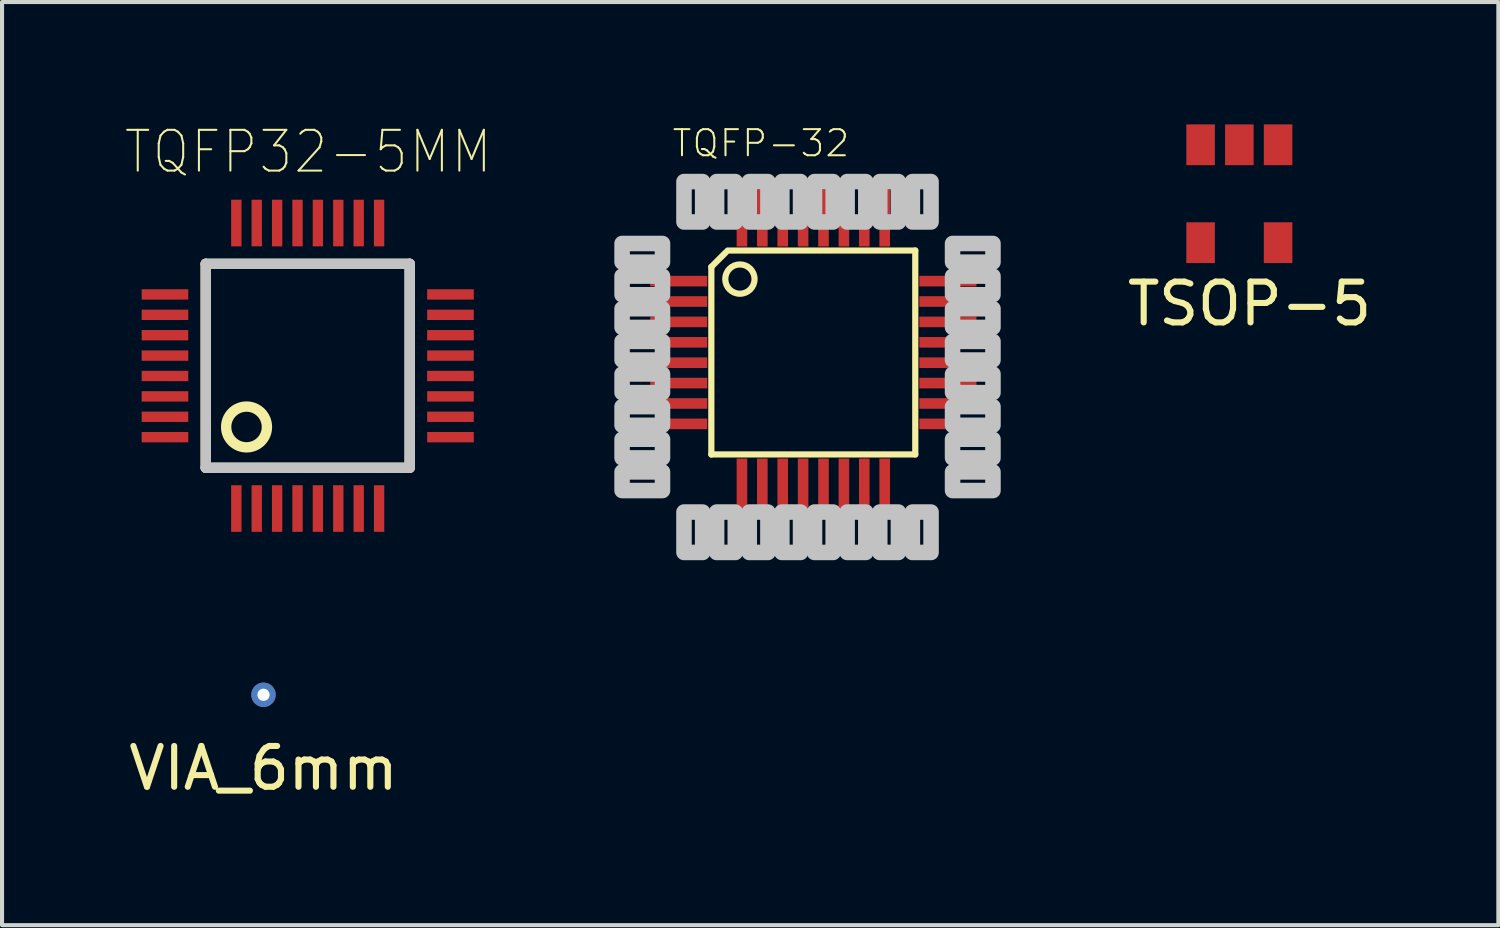
<source format=kicad_pcb>
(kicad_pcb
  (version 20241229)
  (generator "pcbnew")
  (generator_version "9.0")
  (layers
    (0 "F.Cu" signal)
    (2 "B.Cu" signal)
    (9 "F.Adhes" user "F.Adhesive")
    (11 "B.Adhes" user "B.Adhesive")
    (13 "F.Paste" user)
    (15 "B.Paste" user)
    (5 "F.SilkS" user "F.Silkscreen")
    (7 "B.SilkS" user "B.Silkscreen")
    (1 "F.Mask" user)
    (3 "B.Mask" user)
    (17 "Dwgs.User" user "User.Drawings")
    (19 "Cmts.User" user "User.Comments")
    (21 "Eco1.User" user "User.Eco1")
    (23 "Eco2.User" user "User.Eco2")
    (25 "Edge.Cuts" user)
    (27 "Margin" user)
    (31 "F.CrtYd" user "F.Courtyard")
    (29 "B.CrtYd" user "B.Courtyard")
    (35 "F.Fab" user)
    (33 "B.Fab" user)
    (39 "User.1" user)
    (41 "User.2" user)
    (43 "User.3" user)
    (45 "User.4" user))
  (footprint "TQFP32-5MM"
    (layer "F.Cu")
    (at 4.506 5.923)
    (property "Reference" "TQFP32-5MM" (at 0 -5.25 180) (layer "F.SilkS") (effects (font (size 1 0.9) (thickness 0.05))))
    (attr smd)
    (fp_line (start -2.511 -2.504) (end -2.511 2.496) (stroke (width 0.254) (type solid)) (layer "F.SilkS"))
    (fp_line (start -2.511 2.496) (end 2.489 2.496) (stroke (width 0.254) (type solid)) (layer "F.SilkS"))
    (fp_line (start 2.489 -2.504) (end -2.511 -2.504) (stroke (width 0.254) (type solid)) (layer "F.SilkS"))
    (fp_line (start 2.489 2.496) (end 2.489 -2.504) (stroke (width 0.254) (type solid)) (layer "F.SilkS"))
    (fp_circle (center -1.511 1.496) (end -1.511 0.996) (stroke (width 0.254) (type solid)) (fill no) (layer "F.SilkS"))
    (fp_line (start -2.511 -2.504) (end -2.511 2.496) (stroke (width 0.254) (type solid)) (layer "Dwgs.User"))
    (fp_line (start -2.511 2.496) (end 2.489 2.496) (stroke (width 0.254) (type solid)) (layer "Dwgs.User"))
    (fp_line (start 2.489 -2.504) (end -2.511 -2.504) (stroke (width 0.254) (type solid)) (layer "Dwgs.User"))
    (fp_line (start 2.489 2.496) (end 2.489 -2.504) (stroke (width 0.254) (type solid)) (layer "Dwgs.User"))
    (pad "1" smd rect (at -1.761 3.496 90) (size 1.143 0.254) (layers "F.Cu" "F.Mask" "F.Paste"))
    (pad "2" smd rect (at -1.261 3.496 90) (size 1.143 0.254) (layers "F.Cu" "F.Mask" "F.Paste"))
    (pad "3" smd rect (at -0.761 3.496 90) (size 1.143 0.254) (layers "F.Cu" "F.Mask" "F.Paste"))
    (pad "4" smd rect (at -0.261 3.496 90) (size 1.143 0.254) (layers "F.Cu" "F.Mask" "F.Paste"))
    (pad "5" smd rect (at 0.239 3.496 90) (size 1.143 0.254) (layers "F.Cu" "F.Mask" "F.Paste"))
    (pad "6" smd rect (at 0.739 3.496 90) (size 1.143 0.254) (layers "F.Cu" "F.Mask" "F.Paste"))
    (pad "7" smd rect (at 1.239 3.496 90) (size 1.143 0.254) (layers "F.Cu" "F.Mask" "F.Paste"))
    (pad "8" smd rect (at 1.739 3.496 90) (size 1.143 0.254) (layers "F.Cu" "F.Mask" "F.Paste"))
    (pad "9" smd rect (at 3.489 1.746 180) (size 1.143 0.254) (layers "F.Cu" "F.Mask" "F.Paste"))
    (pad "10" smd rect (at 3.489 1.246 180) (size 1.143 0.254) (layers "F.Cu" "F.Mask" "F.Paste"))
    (pad "11" smd rect (at 3.489 0.746 180) (size 1.143 0.254) (layers "F.Cu" "F.Mask" "F.Paste"))
    (pad "12" smd rect (at 3.489 0.246 180) (size 1.143 0.254) (layers "F.Cu" "F.Mask" "F.Paste"))
    (pad "13" smd rect (at 3.489 -0.254 180) (size 1.143 0.254) (layers "F.Cu" "F.Mask" "F.Paste"))
    (pad "14" smd rect (at 3.489 -0.754 180) (size 1.143 0.254) (layers "F.Cu" "F.Mask" "F.Paste"))
    (pad "15" smd rect (at 3.489 -1.254 180) (size 1.143 0.254) (layers "F.Cu" "F.Mask" "F.Paste"))
    (pad "16" smd rect (at 3.489 -1.754 180) (size 1.143 0.254) (layers "F.Cu" "F.Mask" "F.Paste"))
    (pad "17" smd rect (at 1.739 -3.504 270) (size 1.143 0.254) (layers "F.Cu" "F.Mask" "F.Paste"))
    (pad "18" smd rect (at 1.239 -3.504 270) (size 1.143 0.254) (layers "F.Cu" "F.Mask" "F.Paste"))
    (pad "19" smd rect (at 0.739 -3.504 270) (size 1.143 0.254) (layers "F.Cu" "F.Mask" "F.Paste"))
    (pad "20" smd rect (at 0.239 -3.504 270) (size 1.143 0.254) (layers "F.Cu" "F.Mask" "F.Paste"))
    (pad "21" smd rect (at -0.261 -3.504 270) (size 1.143 0.254) (layers "F.Cu" "F.Mask" "F.Paste"))
    (pad "22" smd rect (at -0.761 -3.504 270) (size 1.143 0.254) (layers "F.Cu" "F.Mask" "F.Paste"))
    (pad "23" smd rect (at -1.261 -3.504 270) (size 1.143 0.254) (layers "F.Cu" "F.Mask" "F.Paste"))
    (pad "24" smd rect (at -1.761 -3.504 270) (size 1.143 0.254) (layers "F.Cu" "F.Mask" "F.Paste"))
    (pad "25" smd rect (at -3.511 -1.754) (size 1.143 0.254) (layers "F.Cu" "F.Mask" "F.Paste"))
    (pad "26" smd rect (at -3.511 -1.254) (size 1.143 0.254) (layers "F.Cu" "F.Mask" "F.Paste"))
    (pad "27" smd rect (at -3.511 -0.754) (size 1.143 0.254) (layers "F.Cu" "F.Mask" "F.Paste"))
    (pad "28" smd rect (at -3.511 -0.254) (size 1.143 0.254) (layers "F.Cu" "F.Mask" "F.Paste"))
    (pad "29" smd rect (at -3.511 0.246) (size 1.143 0.254) (layers "F.Cu" "F.Mask" "F.Paste"))
    (pad "30" smd rect (at -3.511 0.746) (size 1.143 0.254) (layers "F.Cu" "F.Mask" "F.Paste"))
    (pad "31" smd rect (at -3.511 1.246) (size 1.143 0.254) (layers "F.Cu" "F.Mask" "F.Paste"))
    (pad "32" smd rect (at -3.511 1.746) (size 1.143 0.254) (layers "F.Cu" "F.Mask" "F.Paste")))
  (footprint "TQFP-32"
    (layer "F.Cu")
    (at 16.892 5.593)
    (property "Reference" "TQFP-32" (at -1.285 -5.13 0) (layer "F.SilkS") (effects (font (size 0.64 0.64) (thickness 0.05))))
    (attr smd)
    (fp_line (start -2.5 2.5) (end -2.5 -2.1) (stroke (width 0.152) (type solid)) (layer "F.SilkS"))
    (fp_line (start -2.145 -2.455) (end -2.5 -2.1) (stroke (width 0.152) (type solid)) (layer "F.SilkS"))
    (fp_line (start -2.1 -2.5) (end 2.5 -2.5) (stroke (width 0.152) (type solid)) (layer "F.SilkS"))
    (fp_line (start 2.5 -2.5) (end 2.5 2.5) (stroke (width 0.152) (type solid)) (layer "F.SilkS"))
    (fp_line (start 2.5 2.5) (end -2.5 2.5) (stroke (width 0.152) (type solid)) (layer "F.SilkS"))
    (fp_circle (center -1.8 -1.8) (end -1.441 -1.8) (stroke (width 0.152) (type solid)) (fill no) (layer "F.SilkS"))
    (fp_poly (pts (xy -4.689 -2.673) (xy -3.698 -2.673) (xy -3.698 -2.215) (xy -4.689 -2.215)) (stroke (width 0.381) (type solid)) (fill no) (layer "Dwgs.User"))
    (fp_poly (pts (xy -4.689 -1.873) (xy -3.698 -1.873) (xy -3.698 -1.415) (xy -4.689 -1.415)) (stroke (width 0.381) (type solid)) (fill no) (layer "Dwgs.User"))
    (fp_poly (pts (xy -4.689 -1.073) (xy -3.698 -1.073) (xy -3.698 -0.615) (xy -4.689 -0.615)) (stroke (width 0.381) (type solid)) (fill no) (layer "Dwgs.User"))
    (fp_poly (pts (xy -4.689 -0.273) (xy -3.698 -0.273) (xy -3.698 0.185) (xy -4.689 0.185)) (stroke (width 0.381) (type solid)) (fill no) (layer "Dwgs.User"))
    (fp_poly (pts (xy -4.689 0.527) (xy -3.698 0.527) (xy -3.698 0.985) (xy -4.689 0.985)) (stroke (width 0.381) (type solid)) (fill no) (layer "Dwgs.User"))
    (fp_poly (pts (xy -4.689 1.327) (xy -3.698 1.327) (xy -3.698 1.785) (xy -4.689 1.785)) (stroke (width 0.381) (type solid)) (fill no) (layer "Dwgs.User"))
    (fp_poly (pts (xy -4.689 2.127) (xy -3.698 2.127) (xy -3.698 2.585) (xy -4.689 2.585)) (stroke (width 0.381) (type solid)) (fill no) (layer "Dwgs.User"))
    (fp_poly (pts (xy -4.689 2.927) (xy -3.698 2.927) (xy -3.698 3.385) (xy -4.689 3.385)) (stroke (width 0.381) (type solid)) (fill no) (layer "Dwgs.User"))
    (fp_poly (pts (xy -3.171 -4.191) (xy -2.713 -4.191) (xy -2.713 -3.2) (xy -3.171 -3.2)) (stroke (width 0.381) (type solid)) (fill no) (layer "Dwgs.User"))
    (fp_poly (pts (xy -3.171 3.912) (xy -2.713 3.912) (xy -2.713 4.903) (xy -3.171 4.903)) (stroke (width 0.381) (type solid)) (fill no) (layer "Dwgs.User"))
    (fp_poly (pts (xy -2.371 -4.191) (xy -1.913 -4.191) (xy -1.913 -3.2) (xy -2.371 -3.2)) (stroke (width 0.381) (type solid)) (fill no) (layer "Dwgs.User"))
    (fp_poly (pts (xy -2.371 3.912) (xy -1.913 3.912) (xy -1.913 4.903) (xy -2.371 4.903)) (stroke (width 0.381) (type solid)) (fill no) (layer "Dwgs.User"))
    (fp_poly (pts (xy -1.571 -4.191) (xy -1.113 -4.191) (xy -1.113 -3.2) (xy -1.571 -3.2)) (stroke (width 0.381) (type solid)) (fill no) (layer "Dwgs.User"))
    (fp_poly (pts (xy -1.571 3.912) (xy -1.113 3.912) (xy -1.113 4.903) (xy -1.571 4.903)) (stroke (width 0.381) (type solid)) (fill no) (layer "Dwgs.User"))
    (fp_poly (pts (xy -0.771 -4.191) (xy -0.313 -4.191) (xy -0.313 -3.2) (xy -0.771 -3.2)) (stroke (width 0.381) (type solid)) (fill no) (layer "Dwgs.User"))
    (fp_poly (pts (xy -0.771 3.912) (xy -0.313 3.912) (xy -0.313 4.903) (xy -0.771 4.903)) (stroke (width 0.381) (type solid)) (fill no) (layer "Dwgs.User"))
    (fp_poly (pts (xy 0.029 -4.191) (xy 0.487 -4.191) (xy 0.487 -3.2) (xy 0.029 -3.2)) (stroke (width 0.381) (type solid)) (fill no) (layer "Dwgs.User"))
    (fp_poly (pts (xy 0.029 3.912) (xy 0.487 3.912) (xy 0.487 4.903) (xy 0.029 4.903)) (stroke (width 0.381) (type solid)) (fill no) (layer "Dwgs.User"))
    (fp_poly (pts (xy 0.829 -4.191) (xy 1.287 -4.191) (xy 1.287 -3.2) (xy 0.829 -3.2)) (stroke (width 0.381) (type solid)) (fill no) (layer "Dwgs.User"))
    (fp_poly (pts (xy 0.829 3.912) (xy 1.287 3.912) (xy 1.287 4.903) (xy 0.829 4.903)) (stroke (width 0.381) (type solid)) (fill no) (layer "Dwgs.User"))
    (fp_poly (pts (xy 1.629 -4.191) (xy 2.087 -4.191) (xy 2.087 -3.2) (xy 1.629 -3.2)) (stroke (width 0.381) (type solid)) (fill no) (layer "Dwgs.User"))
    (fp_poly (pts (xy 1.629 3.912) (xy 2.087 3.912) (xy 2.087 4.903) (xy 1.629 4.903)) (stroke (width 0.381) (type solid)) (fill no) (layer "Dwgs.User"))
    (fp_poly (pts (xy 2.429 -4.191) (xy 2.887 -4.191) (xy 2.887 -3.2) (xy 2.429 -3.2)) (stroke (width 0.381) (type solid)) (fill no) (layer "Dwgs.User"))
    (fp_poly (pts (xy 2.429 3.912) (xy 2.887 3.912) (xy 2.887 4.903) (xy 2.429 4.903)) (stroke (width 0.381) (type solid)) (fill no) (layer "Dwgs.User"))
    (fp_poly (pts (xy 3.414 -2.673) (xy 4.405 -2.673) (xy 4.405 -2.215) (xy 3.414 -2.215)) (stroke (width 0.381) (type solid)) (fill no) (layer "Dwgs.User"))
    (fp_poly (pts (xy 3.414 -1.873) (xy 4.405 -1.873) (xy 4.405 -1.415) (xy 3.414 -1.415)) (stroke (width 0.381) (type solid)) (fill no) (layer "Dwgs.User"))
    (fp_poly (pts (xy 3.414 -1.073) (xy 4.405 -1.073) (xy 4.405 -0.615) (xy 3.414 -0.615)) (stroke (width 0.381) (type solid)) (fill no) (layer "Dwgs.User"))
    (fp_poly (pts (xy 3.414 -0.273) (xy 4.405 -0.273) (xy 4.405 0.185) (xy 3.414 0.185)) (stroke (width 0.381) (type solid)) (fill no) (layer "Dwgs.User"))
    (fp_poly (pts (xy 3.414 0.527) (xy 4.405 0.527) (xy 4.405 0.985) (xy 3.414 0.985)) (stroke (width 0.381) (type solid)) (fill no) (layer "Dwgs.User"))
    (fp_poly (pts (xy 3.414 1.327) (xy 4.405 1.327) (xy 4.405 1.785) (xy 3.414 1.785)) (stroke (width 0.381) (type solid)) (fill no) (layer "Dwgs.User"))
    (fp_poly (pts (xy 3.414 2.127) (xy 4.405 2.127) (xy 4.405 2.585) (xy 3.414 2.585)) (stroke (width 0.381) (type solid)) (fill no) (layer "Dwgs.User"))
    (fp_poly (pts (xy 3.414 2.927) (xy 4.405 2.927) (xy 4.405 3.385) (xy 3.414 3.385)) (stroke (width 0.381) (type solid)) (fill no) (layer "Dwgs.User"))
    (pad "1" smd rect (at -3.3 -1.75) (size 1.4 0.26) (layers "F.Cu" "F.Mask" "F.Paste"))
    (pad "2" smd rect (at -3.3 -1.25) (size 1.4 0.26) (layers "F.Cu" "F.Mask" "F.Paste"))
    (pad "3" smd rect (at -3.3 -0.75) (size 1.4 0.26) (layers "F.Cu" "F.Mask" "F.Paste"))
    (pad "4" smd rect (at -3.3 -0.25) (size 1.4 0.26) (layers "F.Cu" "F.Mask" "F.Paste"))
    (pad "5" smd rect (at -3.3 0.25) (size 1.4 0.26) (layers "F.Cu" "F.Mask" "F.Paste"))
    (pad "6" smd rect (at -3.3 0.75) (size 1.4 0.26) (layers "F.Cu" "F.Mask" "F.Paste"))
    (pad "7" smd rect (at -3.3 1.25) (size 1.4 0.26) (layers "F.Cu" "F.Mask" "F.Paste"))
    (pad "8" smd rect (at -3.3 1.75) (size 1.4 0.26) (layers "F.Cu" "F.Mask" "F.Paste"))
    (pad "9" smd rect (at -1.75 3.3 270) (size 1.4 0.26) (layers "F.Cu" "F.Mask" "F.Paste"))
    (pad "10" smd rect (at -1.25 3.3 270) (size 1.4 0.26) (layers "F.Cu" "F.Mask" "F.Paste"))
    (pad "11" smd rect (at -0.75 3.3 270) (size 1.4 0.26) (layers "F.Cu" "F.Mask" "F.Paste"))
    (pad "12" smd rect (at -0.25 3.3 270) (size 1.4 0.26) (layers "F.Cu" "F.Mask" "F.Paste"))
    (pad "13" smd rect (at 0.25 3.3 270) (size 1.4 0.26) (layers "F.Cu" "F.Mask" "F.Paste"))
    (pad "14" smd rect (at 0.75 3.3 270) (size 1.4 0.26) (layers "F.Cu" "F.Mask" "F.Paste"))
    (pad "15" smd rect (at 1.25 3.3 270) (size 1.4 0.26) (layers "F.Cu" "F.Mask" "F.Paste"))
    (pad "16" smd rect (at 1.75 3.3 270) (size 1.4 0.26) (layers "F.Cu" "F.Mask" "F.Paste"))
    (pad "17" smd rect (at 3.3 1.75) (size 1.4 0.26) (layers "F.Cu" "F.Mask" "F.Paste"))
    (pad "18" smd rect (at 3.3 1.25) (size 1.4 0.26) (layers "F.Cu" "F.Mask" "F.Paste"))
    (pad "19" smd rect (at 3.3 0.75) (size 1.4 0.26) (layers "F.Cu" "F.Mask" "F.Paste"))
    (pad "20" smd rect (at 3.3 0.25) (size 1.4 0.26) (layers "F.Cu" "F.Mask" "F.Paste"))
    (pad "21" smd rect (at 3.3 -0.25) (size 1.4 0.26) (layers "F.Cu" "F.Mask" "F.Paste"))
    (pad "22" smd rect (at 3.3 -0.75) (size 1.4 0.26) (layers "F.Cu" "F.Mask" "F.Paste"))
    (pad "23" smd rect (at 3.3 -1.25) (size 1.4 0.26) (layers "F.Cu" "F.Mask" "F.Paste"))
    (pad "24" smd rect (at 3.3 -1.75) (size 1.4 0.26) (layers "F.Cu" "F.Mask" "F.Paste"))
    (pad "25" smd rect (at 1.75 -3.3 270) (size 1.4 0.26) (layers "F.Cu" "F.Mask" "F.Paste"))
    (pad "26" smd rect (at 1.25 -3.3 270) (size 1.4 0.26) (layers "F.Cu" "F.Mask" "F.Paste"))
    (pad "27" smd rect (at 0.75 -3.3 270) (size 1.4 0.26) (layers "F.Cu" "F.Mask" "F.Paste"))
    (pad "28" smd rect (at 0.25 -3.3 270) (size 1.4 0.26) (layers "F.Cu" "F.Mask" "F.Paste"))
    (pad "29" smd rect (at -0.25 -3.3 270) (size 1.4 0.26) (layers "F.Cu" "F.Mask" "F.Paste"))
    (pad "30" smd rect (at -0.75 -3.3 270) (size 1.4 0.26) (layers "F.Cu" "F.Mask" "F.Paste"))
    (pad "31" smd rect (at -1.25 -3.3 270) (size 1.4 0.26) (layers "F.Cu" "F.Mask" "F.Paste"))
    (pad "32" smd rect (at -1.75 -3.3 270) (size 1.4 0.26) (layers "F.Cu" "F.Mask" "F.Paste")))
  (footprint "TSOP-5"
    (layer "F.Cu")
    (at 27.338 1.7)
    (property "Reference" "TSOP-5" (at 0.25 2.7 0) (layer "F.SilkS") (effects (font (size 1 1) (thickness 0.15))))
    (attr through_hole)
    (pad "1" smd rect (at 0.95 -1.2 180) (size 0.7 1) (layers "F.Cu" "F.Mask" "F.Paste"))
    (pad "2" smd rect (at 0 -1.2 180) (size 0.7 1) (layers "F.Cu" "F.Mask" "F.Paste"))
    (pad "3" smd rect (at -0.95 -1.2 180) (size 0.7 1) (layers "F.Cu" "F.Mask" "F.Paste"))
    (pad "4" smd rect (at -0.95 1.2 180) (size 0.7 1) (layers "F.Cu" "F.Mask" "F.Paste"))
    (pad "5" smd rect (at 0.95 1.2 180) (size 0.7 1) (layers "F.Cu" "F.Mask" "F.Paste")))
  (footprint "VIA_6mm"
    (layer "F.Cu")
    (at 3.411 13.986)
    (property "Reference" "VIA_6mm" (at 0 1.8 0) (layer "F.SilkS") (effects (font (size 1 1) (thickness 0.15))))
    (attr through_hole)
    (pad "1" thru_hole circle (at 0 0) (size 0.6 0.6) (drill 0.3) (layers "*.Cu")))
  (gr_rect
    (start -3 -3)
    (end 33.689 19.634)
    (stroke (width 0.1) (type default))
    (fill no)
    (layer "Edge.Cuts")))
</source>
